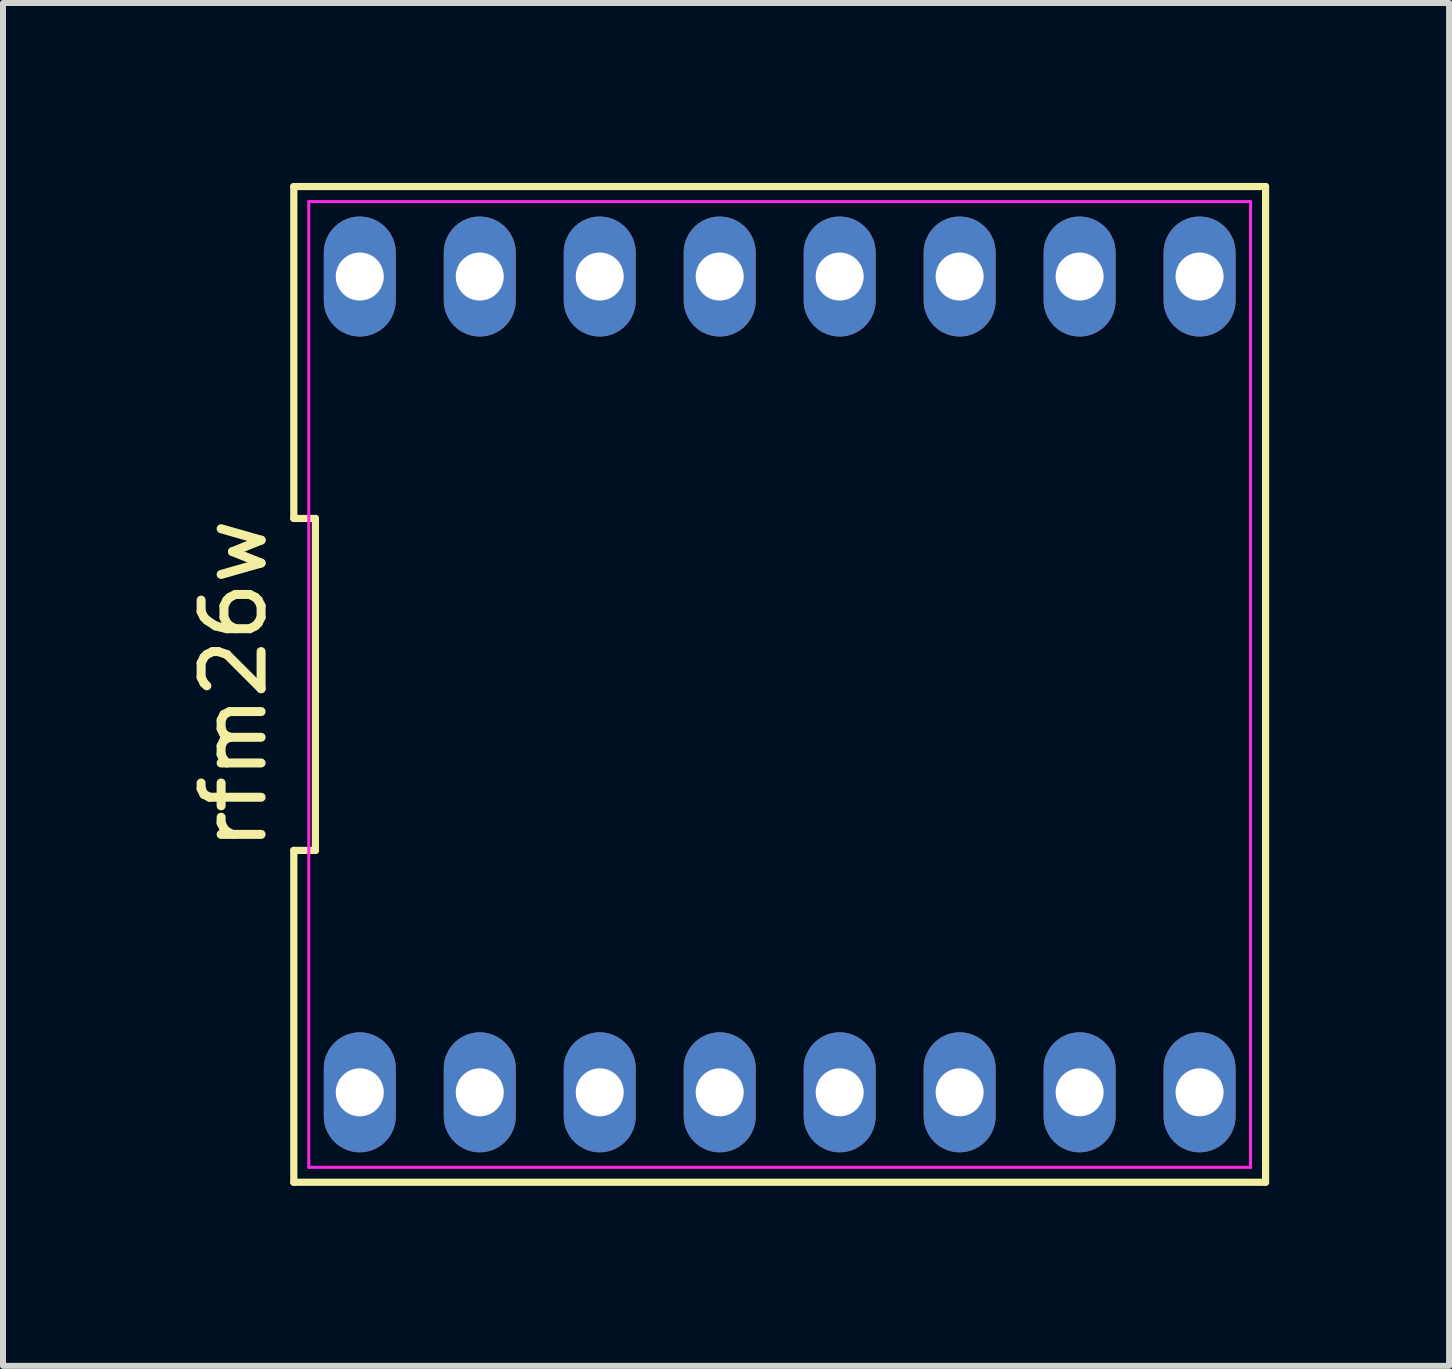
<source format=kicad_pcb>
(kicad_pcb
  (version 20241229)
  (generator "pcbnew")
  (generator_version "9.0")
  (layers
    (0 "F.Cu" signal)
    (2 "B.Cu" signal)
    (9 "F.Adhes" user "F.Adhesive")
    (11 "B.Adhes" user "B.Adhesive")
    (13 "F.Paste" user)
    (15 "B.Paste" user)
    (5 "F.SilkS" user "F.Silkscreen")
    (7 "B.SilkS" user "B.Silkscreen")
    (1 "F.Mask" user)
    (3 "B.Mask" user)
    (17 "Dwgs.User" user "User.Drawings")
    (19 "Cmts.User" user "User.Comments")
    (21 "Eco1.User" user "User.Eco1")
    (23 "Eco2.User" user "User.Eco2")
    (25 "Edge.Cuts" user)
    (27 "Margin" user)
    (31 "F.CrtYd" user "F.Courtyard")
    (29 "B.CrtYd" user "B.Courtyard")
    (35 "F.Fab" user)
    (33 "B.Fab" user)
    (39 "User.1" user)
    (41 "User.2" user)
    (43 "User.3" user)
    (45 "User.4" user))
  (footprint "rfm26w"
    (layer "F.Cu")
    (at 9.948 8.36)
    (property "Reference" "rfm26w" (at -9.1 0 90) (layer "F.SilkS") (effects (font (size 1 1) (thickness 0.15))))
    (fp_line (start -8.1 -2.767) (end -7.74 -2.767) (stroke (width 0.12) (type solid)) (layer "F.SilkS"))
    (fp_line (start -8.1 2.767) (end -8.1 8.3) (stroke (width 0.12) (type solid)) (layer "F.SilkS"))
    (fp_line (start -8.1 8.3) (end 8.1 8.3) (stroke (width 0.12) (type solid)) (layer "F.SilkS"))
    (fp_line (start -8.1 -8.3) (end -8.1 -2.767) (stroke (width 0.12) (type solid)) (layer "F.SilkS"))
    (fp_line (start -7.74 -2.767) (end -7.74 2.767) (stroke (width 0.12) (type solid)) (layer "F.SilkS"))
    (fp_line (start -7.74 2.767) (end -8.1 2.767) (stroke (width 0.12) (type solid)) (layer "F.SilkS"))
    (fp_line (start 8.1 8.3) (end 8.1 -8.3) (stroke (width 0.12) (type solid)) (layer "F.SilkS"))
    (fp_line (start 8.1 -8.3) (end -8.1 -8.3) (stroke (width 0.12) (type solid)) (layer "F.SilkS"))
    (fp_line (start -7.85 -8.05) (end 7.85 -8.05) (stroke (width 0.05) (type solid)) (layer "F.CrtYd"))
    (fp_line (start -7.85 8.05) (end -7.85 -8.05) (stroke (width 0.05) (type solid)) (layer "F.CrtYd"))
    (fp_line (start 7.85 -8.05) (end 7.85 8.05) (stroke (width 0.05) (type solid)) (layer "F.CrtYd"))
    (fp_line (start 7.85 8.05) (end -7.85 8.05) (stroke (width 0.05) (type solid)) (layer "F.CrtYd"))
    (pad "1" thru_hole oval (at -7 6.8) (size 1.2 2) (drill 0.8) (layers "*.Cu" "*.Mask"))
    (pad "2" thru_hole oval (at -5 6.8) (size 1.2 2) (drill 0.8) (layers "*.Cu" "*.Mask"))
    (pad "3" thru_hole oval (at -3 6.8) (size 1.2 2) (drill 0.8) (layers "*.Cu" "*.Mask"))
    (pad "4" thru_hole oval (at -1 6.8) (size 1.2 2) (drill 0.8) (layers "*.Cu" "*.Mask"))
    (pad "5" thru_hole oval (at 1 6.8) (size 1.2 2) (drill 0.8) (layers "*.Cu" "*.Mask"))
    (pad "6" thru_hole oval (at 3 6.8) (size 1.2 2) (drill 0.8) (layers "*.Cu" "*.Mask"))
    (pad "7" thru_hole oval (at 5 6.8) (size 1.2 2) (drill 0.8) (layers "*.Cu" "*.Mask"))
    (pad "8" thru_hole oval (at 7 6.8) (size 1.2 2) (drill 0.8) (layers "*.Cu" "*.Mask"))
    (pad "9" thru_hole oval (at 7 -6.8) (size 1.2 2) (drill 0.8) (layers "*.Cu" "*.Mask"))
    (pad "10" thru_hole oval (at 5 -6.8) (size 1.2 2) (drill 0.8) (layers "*.Cu" "*.Mask"))
    (pad "11" thru_hole oval (at 3 -6.8) (size 1.2 2) (drill 0.8) (layers "*.Cu" "*.Mask"))
    (pad "12" thru_hole oval (at 1 -6.8) (size 1.2 2) (drill 0.8) (layers "*.Cu" "*.Mask"))
    (pad "13" thru_hole oval (at -1 -6.8) (size 1.2 2) (drill 0.8) (layers "*.Cu" "*.Mask"))
    (pad "14" thru_hole oval (at -3 -6.8) (size 1.2 2) (drill 0.8) (layers "*.Cu" "*.Mask"))
    (pad "15" thru_hole oval (at -5 -6.8) (size 1.2 2) (drill 0.8) (layers "*.Cu" "*.Mask"))
    (pad "16" thru_hole oval (at -7 -6.8) (size 1.2 2) (drill 0.8) (layers "*.Cu" "*.Mask")))
  (gr_rect
    (start -3 -3)
    (end 21.108 19.72)
    (stroke (width 0.1) (type default))
    (fill no)
    (layer "Edge.Cuts")))
</source>
